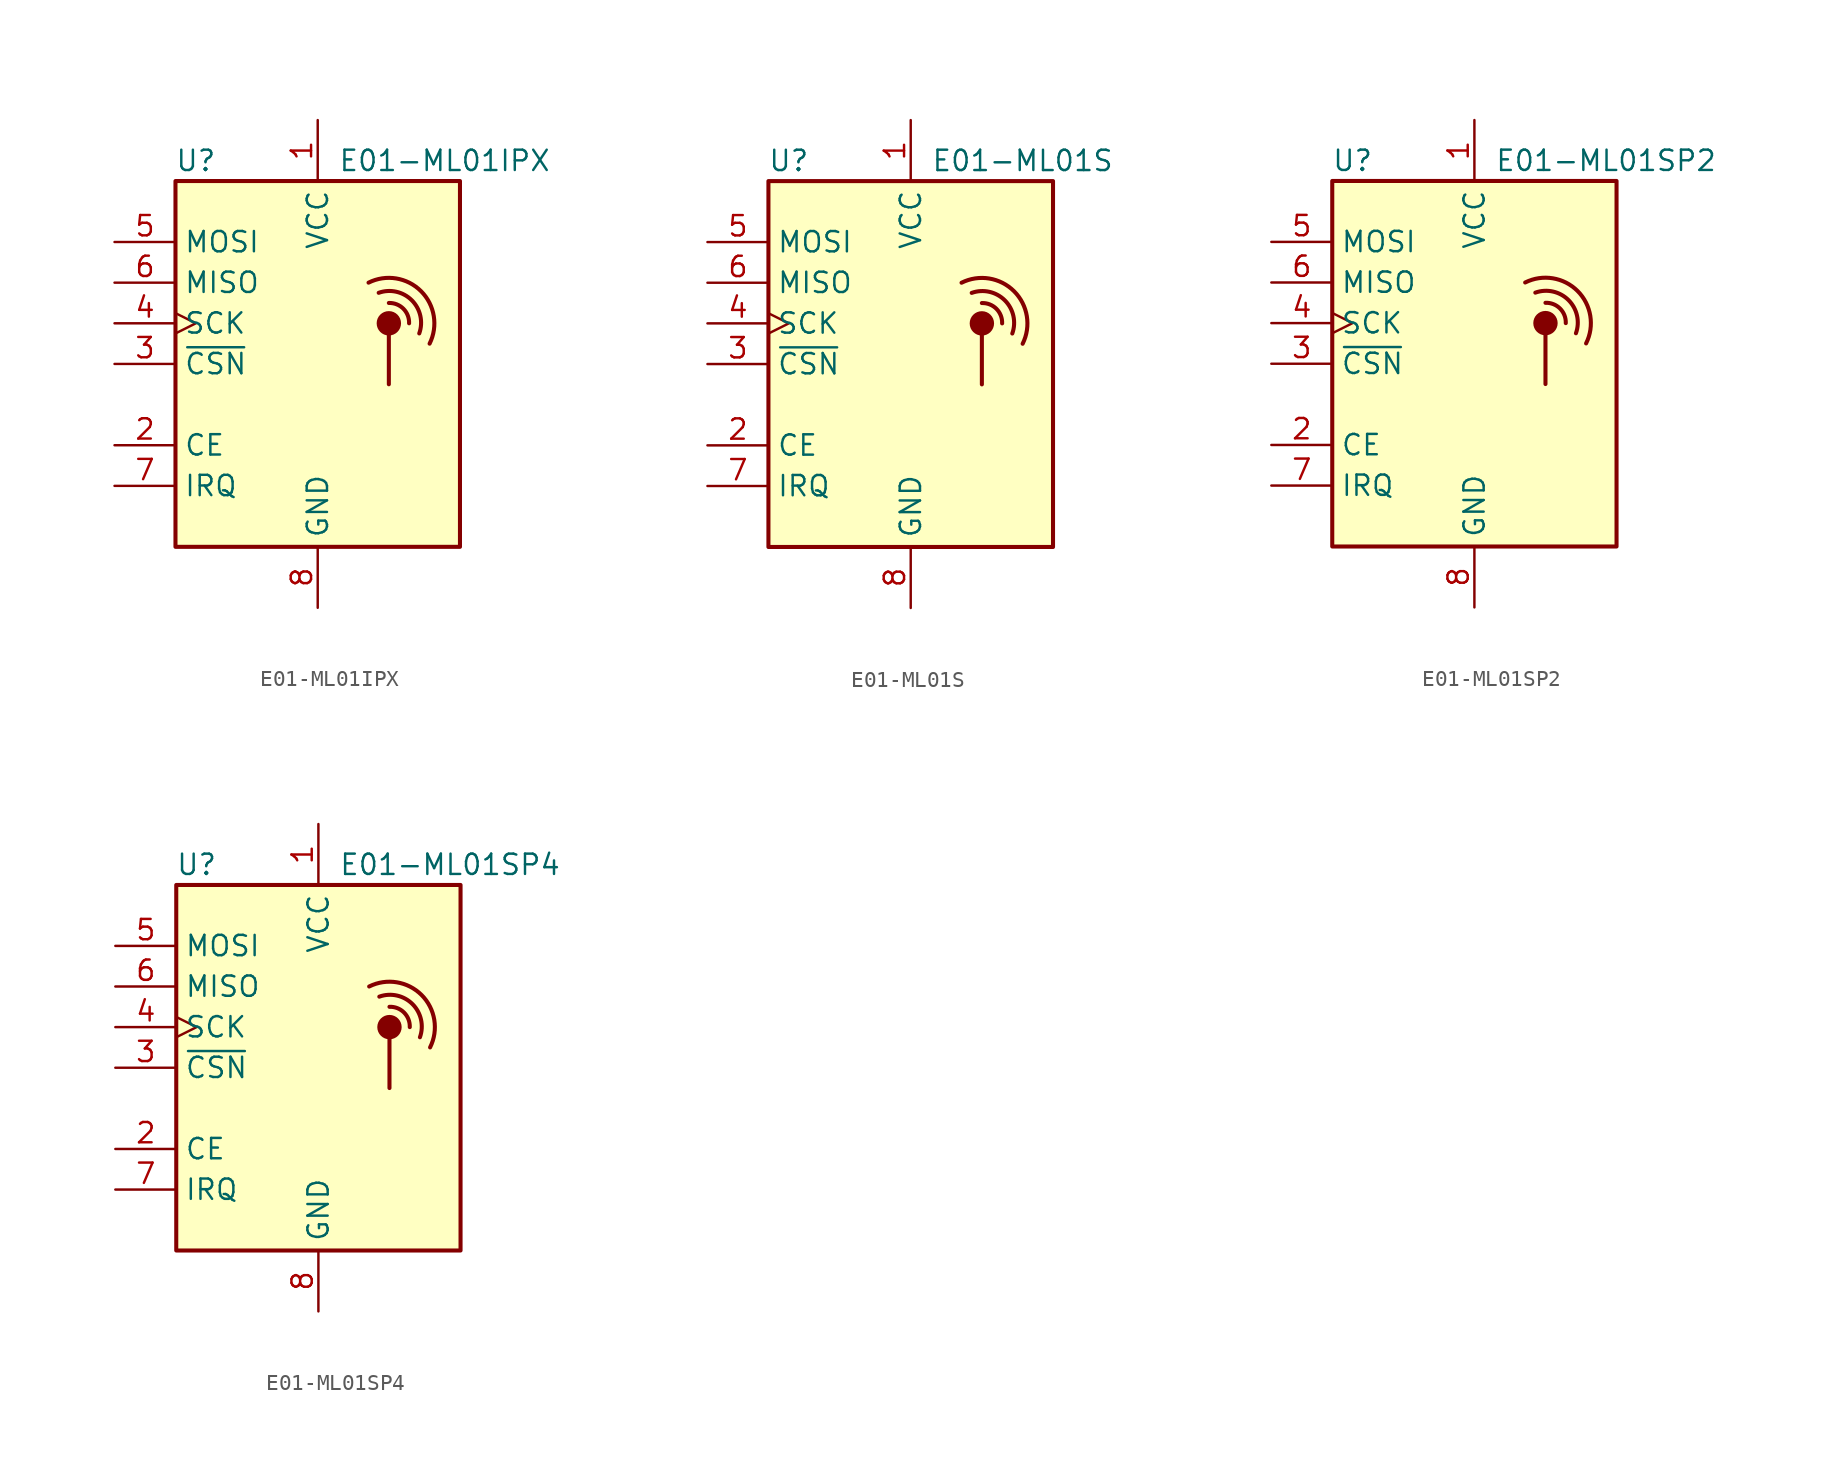
<source format=kicad_sym>
(kicad_symbol_lib
  (version 20211014)
  (generator kicad_symbol_editor)
  (symbol "E01-ML01IPX"
    (property "Reference" "U"
      (at -7.62 12.7 0)
      (effects (font (size 1.27 1.27))))
    (property "Value" "E01-ML01IPX"
      (at 1.27 12.7 0)
      (effects (font (size 1.27 1.27)) (justify left)))
    (symbol "E01-ML01IPX_1_1"
      (rectangle (start -8.89 11.43) (end 8.89 -11.43) (stroke (width 0.254) (type default) (color 0 0 0 0)) (fill (type background)))
      (polyline (pts (xy 4.445 1.905) (xy 4.445 -1.27)) (stroke (width 0.254) (type default) (color 0 0 0 0)) (fill (type none)))
      (circle (center 4.445 2.54) (radius 0.635) (stroke (width 0.254) (type default) (color 0 0 0 0)) (fill (type outline)))
      (arc (start 5.715 2.54) (mid 5.3521 3.4546) (end 4.445 3.81) (stroke (width 0.254) (type default) (color 0 0 0 0)) (fill (type none)))
      (arc (start 6.35 1.905) (mid 5.8763 3.9854) (end 3.81 4.445) (stroke (width 0.254) (type default) (color 0 0 0 0)) (fill (type none)))
      (arc (start 6.985 1.27) (mid 6.453 4.548) (end 3.175 5.08) (stroke (width 0.254) (type default) (color 0 0 0 0)) (fill (type none)))
      (pin power_in line (at 0 15.24 270) (length 3.81) (name "VCC" (effects (font (size 1.27 1.27)))) (number "1" (effects (font (size 1.27 1.27)))))
      (pin input line (at -12.7 -5.08 0) (length 3.81) (name "CE" (effects (font (size 1.27 1.27)))) (number "2" (effects (font (size 1.27 1.27)))))
      (pin input line (at -12.7 0 0) (length 3.81) (name "~{CSN}" (effects (font (size 1.27 1.27)))) (number "3" (effects (font (size 1.27 1.27)))))
      (pin input clock (at -12.7 2.54 0) (length 3.81) (name "SCK" (effects (font (size 1.27 1.27)))) (number "4" (effects (font (size 1.27 1.27)))))
      (pin input line (at -12.7 7.62 0) (length 3.81) (name "MOSI" (effects (font (size 1.27 1.27)))) (number "5" (effects (font (size 1.27 1.27)))))
      (pin output line (at -12.7 5.08 0) (length 3.81) (name "MISO" (effects (font (size 1.27 1.27)))) (number "6" (effects (font (size 1.27 1.27)))))
      (pin output line (at -12.7 -7.62 0) (length 3.81) (name "IRQ" (effects (font (size 1.27 1.27)))) (number "7" (effects (font (size 1.27 1.27)))))
      (pin power_in line (at 0 -15.24 90) (length 3.81) (name "GND" (effects (font (size 1.27 1.27)))) (number "8" (effects (font (size 1.27 1.27)))))))
  (symbol "E01-ML01S"
    (property "Reference" "U"
      (at -7.62 12.7 0)
      (effects (font (size 1.27 1.27))))
    (property "Value" "E01-ML01S"
      (at 1.27 12.7 0)
      (effects (font (size 1.27 1.27)) (justify left)))
    (symbol "E01-ML01S_1_1"
      (rectangle (start -8.89 11.43) (end 8.89 -11.43) (stroke (width 0.254) (type default) (color 0 0 0 0)) (fill (type background)))
      (polyline (pts (xy 4.445 1.905) (xy 4.445 -1.27)) (stroke (width 0.254) (type default) (color 0 0 0 0)) (fill (type none)))
      (circle (center 4.445 2.54) (radius 0.635) (stroke (width 0.254) (type default) (color 0 0 0 0)) (fill (type outline)))
      (arc (start 5.715 2.54) (mid 5.3521 3.4546) (end 4.445 3.81) (stroke (width 0.254) (type default) (color 0 0 0 0)) (fill (type none)))
      (arc (start 6.35 1.905) (mid 5.8763 3.9854) (end 3.81 4.445) (stroke (width 0.254) (type default) (color 0 0 0 0)) (fill (type none)))
      (arc (start 6.985 1.27) (mid 6.453 4.548) (end 3.175 5.08) (stroke (width 0.254) (type default) (color 0 0 0 0)) (fill (type none)))
      (pin power_in line (at 0 15.24 270) (length 3.81) (name "VCC" (effects (font (size 1.27 1.27)))) (number "1" (effects (font (size 1.27 1.27)))))
      (pin input line (at -12.7 -5.08 0) (length 3.81) (name "CE" (effects (font (size 1.27 1.27)))) (number "2" (effects (font (size 1.27 1.27)))))
      (pin input line (at -12.7 0 0) (length 3.81) (name "~{CSN}" (effects (font (size 1.27 1.27)))) (number "3" (effects (font (size 1.27 1.27)))))
      (pin input clock (at -12.7 2.54 0) (length 3.81) (name "SCK" (effects (font (size 1.27 1.27)))) (number "4" (effects (font (size 1.27 1.27)))))
      (pin input line (at -12.7 7.62 0) (length 3.81) (name "MOSI" (effects (font (size 1.27 1.27)))) (number "5" (effects (font (size 1.27 1.27)))))
      (pin output line (at -12.7 5.08 0) (length 3.81) (name "MISO" (effects (font (size 1.27 1.27)))) (number "6" (effects (font (size 1.27 1.27)))))
      (pin output line (at -12.7 -7.62 0) (length 3.81) (name "IRQ" (effects (font (size 1.27 1.27)))) (number "7" (effects (font (size 1.27 1.27)))))
      (pin power_in line (at 0 -15.24 90) (length 3.81) (name "GND" (effects (font (size 1.27 1.27)))) (number "8" (effects (font (size 1.27 1.27)))))))
  (symbol "E01-ML01SP2"
    (property "Reference" "U"
      (at -7.62 12.7 0)
      (effects (font (size 1.27 1.27))))
    (property "Value" "E01-ML01SP2"
      (at 1.27 12.7 0)
      (effects (font (size 1.27 1.27)) (justify left)))
    (symbol "E01-ML01SP2_1_1"
      (rectangle (start -8.89 11.43) (end 8.89 -11.43) (stroke (width 0.254) (type default) (color 0 0 0 0)) (fill (type background)))
      (polyline (pts (xy 4.445 1.905) (xy 4.445 -1.27)) (stroke (width 0.254) (type default) (color 0 0 0 0)) (fill (type none)))
      (circle (center 4.445 2.54) (radius 0.635) (stroke (width 0.254) (type default) (color 0 0 0 0)) (fill (type outline)))
      (arc (start 5.715 2.54) (mid 5.3521 3.4546) (end 4.445 3.81) (stroke (width 0.254) (type default) (color 0 0 0 0)) (fill (type none)))
      (arc (start 6.35 1.905) (mid 5.8763 3.9854) (end 3.81 4.445) (stroke (width 0.254) (type default) (color 0 0 0 0)) (fill (type none)))
      (arc (start 6.985 1.27) (mid 6.453 4.548) (end 3.175 5.08) (stroke (width 0.254) (type default) (color 0 0 0 0)) (fill (type none)))
      (pin power_in line (at 0 15.24 270) (length 3.81) (name "VCC" (effects (font (size 1.27 1.27)))) (number "1" (effects (font (size 1.27 1.27)))))
      (pin passive line (at 0 -15.24 90) (length 3.81) hide (name "GND" (effects (font (size 1.27 1.27)))) (number "10" (effects (font (size 1.27 1.27)))))
      (pin input line (at -12.7 -5.08 0) (length 3.81) (name "CE" (effects (font (size 1.27 1.27)))) (number "2" (effects (font (size 1.27 1.27)))))
      (pin input line (at -12.7 0 0) (length 3.81) (name "~{CSN}" (effects (font (size 1.27 1.27)))) (number "3" (effects (font (size 1.27 1.27)))))
      (pin input clock (at -12.7 2.54 0) (length 3.81) (name "SCK" (effects (font (size 1.27 1.27)))) (number "4" (effects (font (size 1.27 1.27)))))
      (pin input line (at -12.7 7.62 0) (length 3.81) (name "MOSI" (effects (font (size 1.27 1.27)))) (number "5" (effects (font (size 1.27 1.27)))))
      (pin output line (at -12.7 5.08 0) (length 3.81) (name "MISO" (effects (font (size 1.27 1.27)))) (number "6" (effects (font (size 1.27 1.27)))))
      (pin output line (at -12.7 -7.62 0) (length 3.81) (name "IRQ" (effects (font (size 1.27 1.27)))) (number "7" (effects (font (size 1.27 1.27)))))
      (pin power_in line (at 0 -15.24 90) (length 3.81) (name "GND" (effects (font (size 1.27 1.27)))) (number "8" (effects (font (size 1.27 1.27)))))
      (pin passive line (at 0 -15.24 90) (length 3.81) hide (name "GND" (effects (font (size 1.27 1.27)))) (number "9" (effects (font (size 1.27 1.27)))))))
  (symbol "E01-ML01SP4"
    (property "Reference" "U"
      (at -7.62 12.7 0)
      (effects (font (size 1.27 1.27))))
    (property "Value" "E01-ML01SP4"
      (at 1.27 12.7 0)
      (effects (font (size 1.27 1.27)) (justify left)))
    (symbol "E01-ML01SP4_1_1"
      (rectangle (start -8.89 11.43) (end 8.89 -11.43) (stroke (width 0.254) (type default) (color 0 0 0 0)) (fill (type background)))
      (polyline (pts (xy 4.445 1.905) (xy 4.445 -1.27)) (stroke (width 0.254) (type default) (color 0 0 0 0)) (fill (type none)))
      (circle (center 4.445 2.54) (radius 0.635) (stroke (width 0.254) (type default) (color 0 0 0 0)) (fill (type outline)))
      (arc (start 5.715 2.54) (mid 5.3521 3.4546) (end 4.445 3.81) (stroke (width 0.254) (type default) (color 0 0 0 0)) (fill (type none)))
      (arc (start 6.35 1.905) (mid 5.8763 3.9854) (end 3.81 4.445) (stroke (width 0.254) (type default) (color 0 0 0 0)) (fill (type none)))
      (arc (start 6.985 1.27) (mid 6.453 4.548) (end 3.175 5.08) (stroke (width 0.254) (type default) (color 0 0 0 0)) (fill (type none)))
      (pin power_in line (at 0 15.24 270) (length 3.81) (name "VCC" (effects (font (size 1.27 1.27)))) (number "1" (effects (font (size 1.27 1.27)))))
      (pin passive line (at 0 -15.24 90) (length 3.81) hide (name "GND" (effects (font (size 1.27 1.27)))) (number "10" (effects (font (size 1.27 1.27)))))
      (pin input line (at -12.7 -5.08 0) (length 3.81) (name "CE" (effects (font (size 1.27 1.27)))) (number "2" (effects (font (size 1.27 1.27)))))
      (pin input line (at -12.7 0 0) (length 3.81) (name "~{CSN}" (effects (font (size 1.27 1.27)))) (number "3" (effects (font (size 1.27 1.27)))))
      (pin input clock (at -12.7 2.54 0) (length 3.81) (name "SCK" (effects (font (size 1.27 1.27)))) (number "4" (effects (font (size 1.27 1.27)))))
      (pin input line (at -12.7 7.62 0) (length 3.81) (name "MOSI" (effects (font (size 1.27 1.27)))) (number "5" (effects (font (size 1.27 1.27)))))
      (pin output line (at -12.7 5.08 0) (length 3.81) (name "MISO" (effects (font (size 1.27 1.27)))) (number "6" (effects (font (size 1.27 1.27)))))
      (pin output line (at -12.7 -7.62 0) (length 3.81) (name "IRQ" (effects (font (size 1.27 1.27)))) (number "7" (effects (font (size 1.27 1.27)))))
      (pin power_in line (at 0 -15.24 90) (length 3.81) (name "GND" (effects (font (size 1.27 1.27)))) (number "8" (effects (font (size 1.27 1.27)))))
      (pin passive line (at 0 -15.24 90) (length 3.81) hide (name "GND" (effects (font (size 1.27 1.27)))) (number "9" (effects (font (size 1.27 1.27))))))))
</source>
